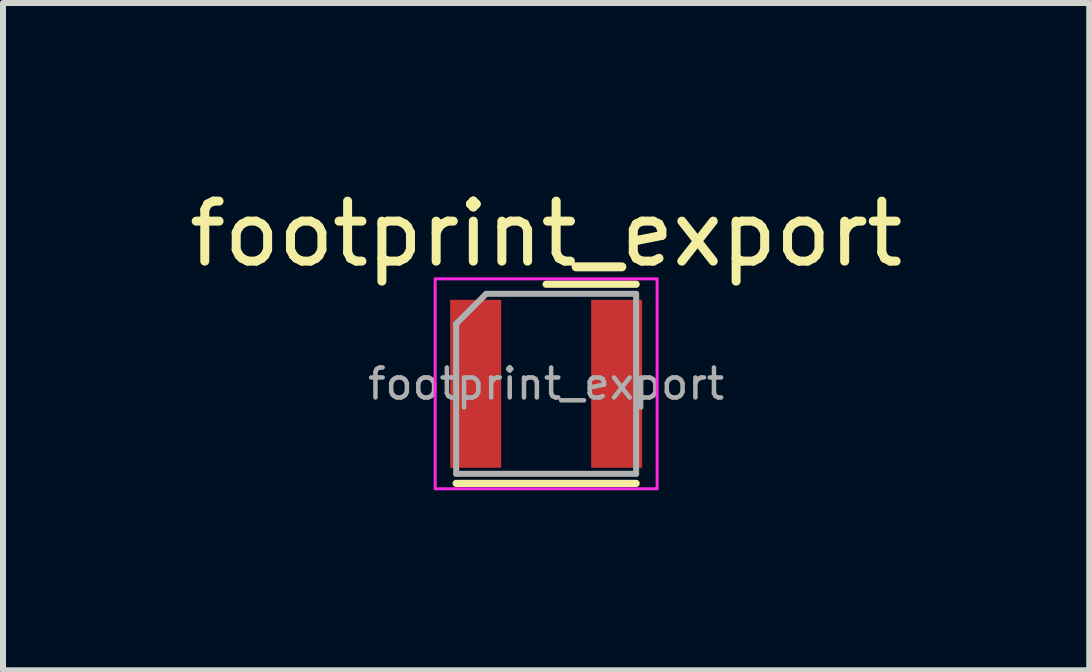
<source format=kicad_pcb>
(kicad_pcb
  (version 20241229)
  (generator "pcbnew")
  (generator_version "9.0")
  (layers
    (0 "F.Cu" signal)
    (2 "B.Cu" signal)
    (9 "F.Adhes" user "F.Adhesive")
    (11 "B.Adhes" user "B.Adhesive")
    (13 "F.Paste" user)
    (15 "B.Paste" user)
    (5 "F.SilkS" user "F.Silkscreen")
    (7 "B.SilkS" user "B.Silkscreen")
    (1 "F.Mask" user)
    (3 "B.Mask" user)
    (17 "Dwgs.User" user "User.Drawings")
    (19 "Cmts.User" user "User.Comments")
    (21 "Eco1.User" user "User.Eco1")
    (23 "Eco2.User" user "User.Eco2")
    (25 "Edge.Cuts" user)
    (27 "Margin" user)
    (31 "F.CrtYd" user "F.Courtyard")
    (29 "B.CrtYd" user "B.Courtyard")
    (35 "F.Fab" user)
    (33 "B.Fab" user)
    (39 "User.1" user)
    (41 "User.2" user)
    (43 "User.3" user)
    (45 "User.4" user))
  (footprint "footprint_export"
    (layer "F.Cu")
    (at 6.054 3.348)
    (property "Reference" "footprint_export" (at 0 -2.5 0) (unlocked yes) (layer "F.SilkS") (effects (font (size 1 1) (thickness 0.15))))
    (attr smd)
    (fp_line (start -1.5 1.66) (end 1.5 1.66) (stroke (width 0.12) (type solid)) (layer "F.SilkS"))
    (fp_line (start 0 -1.66) (end 1.5 -1.66) (stroke (width 0.12) (type solid)) (layer "F.SilkS"))
    (fp_rect (start -1.85 -1.75) (end 1.85 1.75) (stroke (width 0.05) (type solid)) (fill no) (layer "F.CrtYd"))
    (fp_line (start -1.5 -1) (end -1.5 1.5) (stroke (width 0.1) (type solid)) (layer "F.Fab"))
    (fp_line (start -1.5 -1) (end -1 -1.5) (stroke (width 0.1) (type solid)) (layer "F.Fab"))
    (fp_line (start -1.5 1.5) (end 1.5 1.5) (stroke (width 0.1) (type solid)) (layer "F.Fab"))
    (fp_line (start -1 -1.5) (end 1.5 -1.5) (stroke (width 0.1) (type solid)) (layer "F.Fab"))
    (fp_line (start 1.5 -1.5) (end 1.5 1.5) (stroke (width 0.1) (type solid)) (layer "F.Fab"))
    (fp_text user "${REFERENCE}" (at 0 0 0) (unlocked yes) (layer "F.Fab") (effects (font (size 0.5 0.5) (thickness 0.075))))
    (pad "1" smd rect (at -1.175 0) (size 0.85 2.8) (layers "F.Cu" "F.Mask" "F.Paste"))
    (pad "2" smd rect (at 1.175 0) (size 0.85 2.8) (layers "F.Cu" "F.Mask" "F.Paste")))
  (gr_rect
    (start -3 -3)
    (end 15.107 8.123)
    (stroke (width 0.1) (type default))
    (fill no)
    (layer "Edge.Cuts")))
</source>
